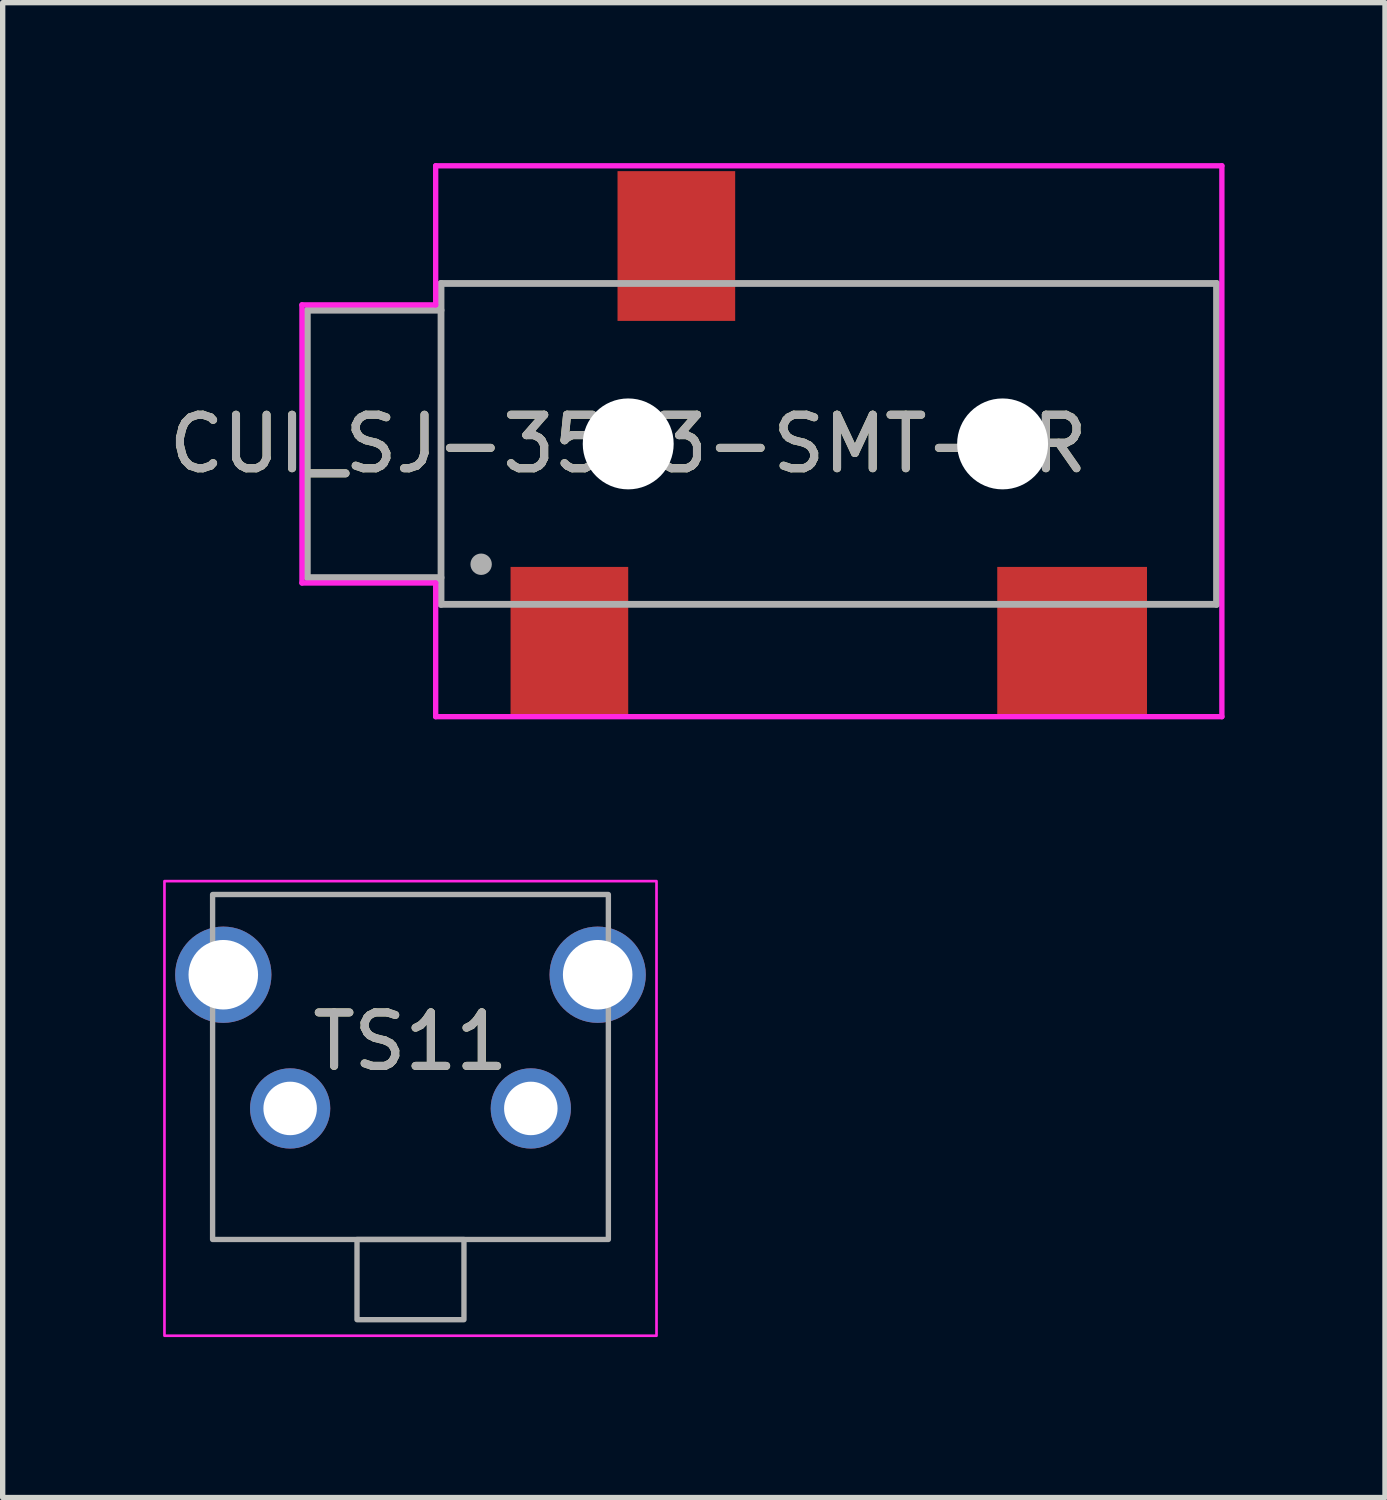
<source format=kicad_pcb>
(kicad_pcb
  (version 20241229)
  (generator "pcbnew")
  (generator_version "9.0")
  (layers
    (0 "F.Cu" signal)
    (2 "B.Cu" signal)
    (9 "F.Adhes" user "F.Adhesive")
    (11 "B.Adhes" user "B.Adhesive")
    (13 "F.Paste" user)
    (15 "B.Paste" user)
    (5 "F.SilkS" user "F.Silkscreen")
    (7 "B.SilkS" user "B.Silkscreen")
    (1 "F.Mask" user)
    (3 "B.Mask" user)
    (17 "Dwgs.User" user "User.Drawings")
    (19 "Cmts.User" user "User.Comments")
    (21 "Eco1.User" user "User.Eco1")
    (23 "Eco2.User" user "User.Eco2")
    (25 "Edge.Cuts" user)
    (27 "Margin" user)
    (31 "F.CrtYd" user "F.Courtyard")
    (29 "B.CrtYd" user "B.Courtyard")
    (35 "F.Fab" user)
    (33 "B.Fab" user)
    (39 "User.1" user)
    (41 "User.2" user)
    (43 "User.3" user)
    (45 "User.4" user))
  (footprint "CUI_SJ-3523-SMT-TR"
    (layer "F.Cu")
    (at 8.696 5.25)
    (property "Reference" "CUI_SJ-3523-SMT-TR" (at 0 0 0) (layer "F.SilkS") (effects (font (size 1 1) (thickness 0.15))))
    (attr smd)
    (fp_line (start -6.1 -2.6) (end -6.1 2.6) (stroke (width 0.1) (type solid)) (layer "F.CrtYd"))
    (fp_line (start -6.1 2.6) (end -3.6 2.6) (stroke (width 0.1) (type solid)) (layer "F.CrtYd"))
    (fp_line (start -3.6 -5.2) (end -3.6 -2.6) (stroke (width 0.1) (type solid)) (layer "F.CrtYd"))
    (fp_line (start -3.6 -5.2) (end 11.1 -5.2) (stroke (width 0.1) (type solid)) (layer "F.CrtYd"))
    (fp_line (start -3.6 -2.6) (end -6.1 -2.6) (stroke (width 0.1) (type solid)) (layer "F.CrtYd"))
    (fp_line (start -3.6 2.6) (end -3.6 5.1) (stroke (width 0.1) (type solid)) (layer "F.CrtYd"))
    (fp_line (start 11.1 -5.2) (end 11.1 5.1) (stroke (width 0.1) (type solid)) (layer "F.CrtYd"))
    (fp_line (start 11.1 5.1) (end -3.6 5.1) (stroke (width 0.1) (type solid)) (layer "F.CrtYd"))
    (fp_line (start -6 -2.5) (end -6 2.5) (stroke (width 0.127) (type solid)) (layer "F.Fab"))
    (fp_line (start -6 2.5) (end -3.5 2.5) (stroke (width 0.127) (type solid)) (layer "F.Fab"))
    (fp_line (start -3.5 -3) (end 11 -3) (stroke (width 0.127) (type solid)) (layer "F.Fab"))
    (fp_line (start -3.5 -2.5) (end -6 -2.5) (stroke (width 0.127) (type solid)) (layer "F.Fab"))
    (fp_line (start -3.5 3) (end -3.5 -3) (stroke (width 0.127) (type solid)) (layer "F.Fab"))
    (fp_line (start 11 -3) (end 11 3) (stroke (width 0.127) (type solid)) (layer "F.Fab"))
    (fp_line (start 11 3) (end -3.5 3) (stroke (width 0.127) (type solid)) (layer "F.Fab"))
    (fp_circle (center -2.75 2.25) (end -2.65 2.25) (stroke (width 0.2) (type solid)) (fill no) (layer "F.Fab"))
    (fp_text user "${REFERENCE}" (at 0 0 0) (unlocked yes) (layer "F.Fab") (effects (font (size 1 1) (thickness 0.15))))
    (pad "" np_thru_hole circle (at 0 0) (size 1.7 1.7) (drill 1.7) (layers "*.Cu" "*.Mask"))
    (pad "" np_thru_hole circle (at 7 0) (size 1.7 1.7) (drill 1.7) (layers "*.Cu" "*.Mask"))
    (pad "1" smd rect (at -1.1 3.7) (size 2.2 2.8) (layers "F.Cu" "F.Mask" "F.Paste"))
    (pad "2" smd rect (at 8.3 3.7) (size 2.8 2.8) (layers "F.Cu" "F.Mask" "F.Paste"))
    (pad "3" smd rect (at 0.9 -3.7) (size 2.2 2.8) (layers "F.Cu" "F.Mask" "F.Paste")))
  (footprint "TS11"
    (layer "F.Cu")
    (at 4.625 16.425)
    (property "Reference" "TS11" (at 0 0 0) (unlocked yes) (layer "F.SilkS") (effects (font (size 1 1) (thickness 0.15))))
    (attr smd)
    (fp_rect (start -4.6 -3) (end 4.6 5.5) (stroke (width 0.05) (type solid)) (fill no) (layer "F.CrtYd"))
    (fp_rect (start -3.7 -2.75) (end 3.7 3.7) (stroke (width 0.1) (type solid)) (fill no) (layer "F.Fab"))
    (fp_rect (start -1 3.7) (end 1 5.2) (stroke (width 0.1) (type solid)) (fill no) (layer "F.Fab"))
    (fp_text user "${REFERENCE}" (at 0 0 0) (unlocked yes) (layer "F.Fab") (effects (font (size 1 1) (thickness 0.15))))
    (pad "1" thru_hole circle (at 2.25 1.25) (size 1.5 1.5) (drill 1) (layers "*.Cu" "*.Mask"))
    (pad "2" thru_hole circle (at -2.25 1.25) (size 1.5 1.5) (drill 1) (layers "*.Cu" "*.Mask"))
    (pad "SH" thru_hole circle (at -3.5 -1.25) (size 1.8 1.8) (drill 1.3) (layers "*.Cu" "*.Mask"))
    (pad "SH" thru_hole circle (at 3.5 -1.25) (size 1.8 1.8) (drill 1.3) (layers "*.Cu" "*.Mask")))
  (gr_rect
    (start -3 -3)
    (end 22.846 24.95)
    (stroke (width 0.1) (type default))
    (fill no)
    (layer "Edge.Cuts")))
</source>
